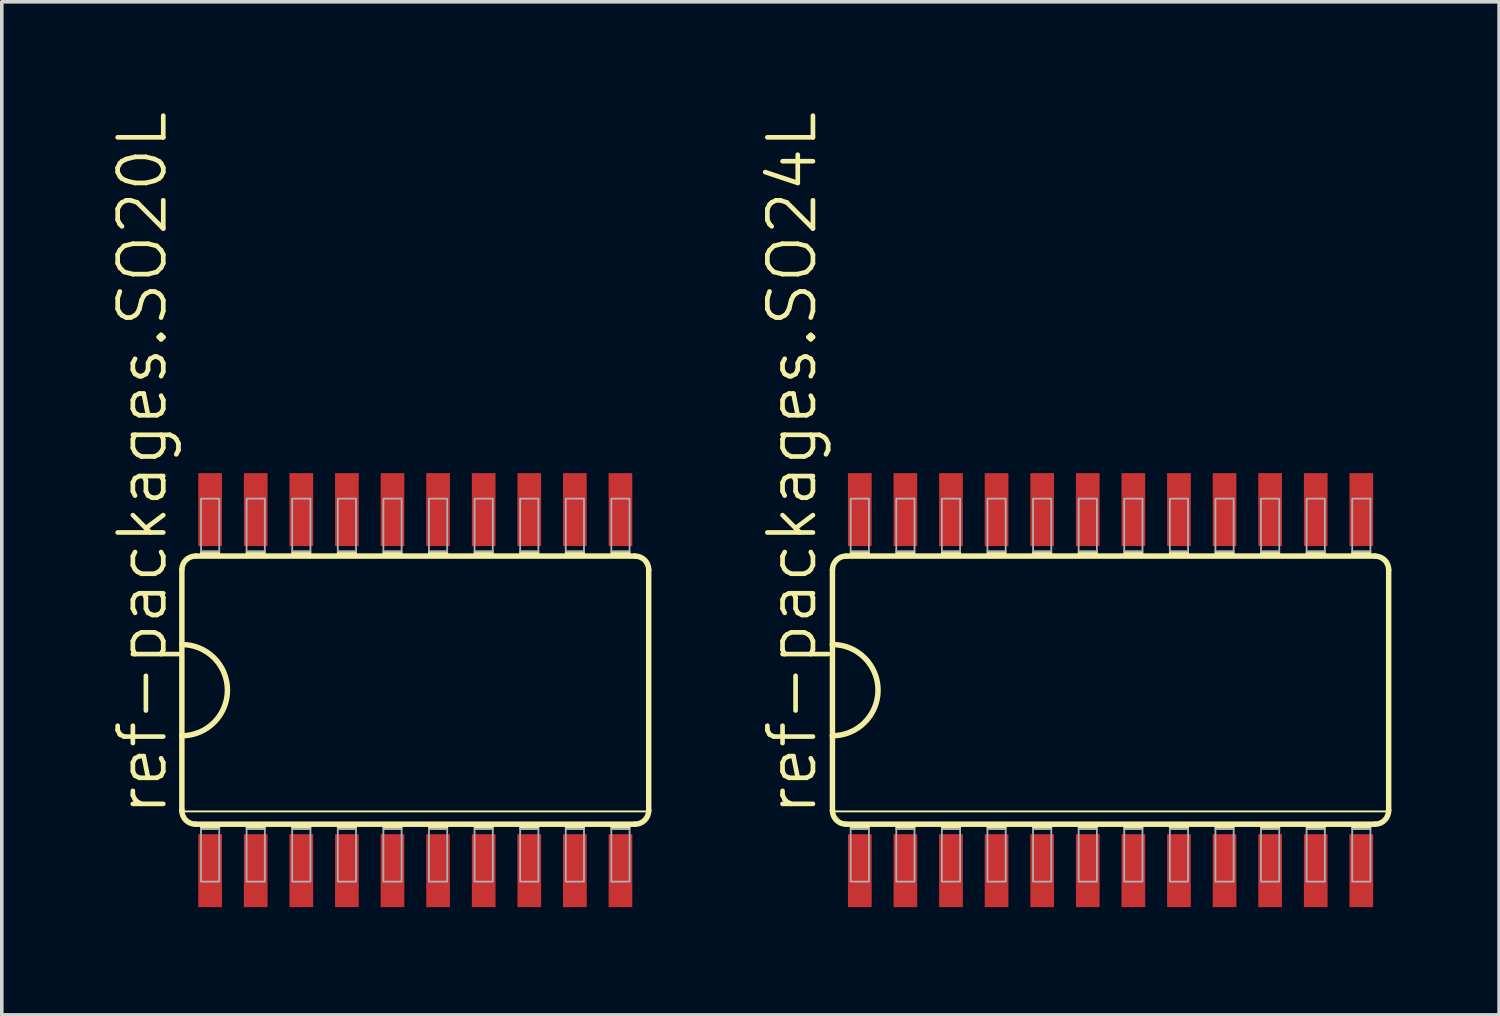
<source format=kicad_pcb>
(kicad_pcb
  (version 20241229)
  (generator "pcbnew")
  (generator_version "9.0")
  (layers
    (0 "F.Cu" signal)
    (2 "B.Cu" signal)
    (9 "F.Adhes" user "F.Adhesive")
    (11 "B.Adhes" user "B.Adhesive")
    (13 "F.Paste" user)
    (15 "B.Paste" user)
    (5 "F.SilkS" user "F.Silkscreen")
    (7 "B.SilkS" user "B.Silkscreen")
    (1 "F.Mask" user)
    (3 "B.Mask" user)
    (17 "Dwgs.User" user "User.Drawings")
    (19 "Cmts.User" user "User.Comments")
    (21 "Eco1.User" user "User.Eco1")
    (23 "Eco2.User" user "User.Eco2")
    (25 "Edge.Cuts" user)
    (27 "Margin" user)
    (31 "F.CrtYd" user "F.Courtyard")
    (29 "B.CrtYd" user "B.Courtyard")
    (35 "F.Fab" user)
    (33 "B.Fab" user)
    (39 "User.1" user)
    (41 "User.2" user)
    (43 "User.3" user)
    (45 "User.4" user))
  (footprint "ref-packages.SO24L"
    (layer "F.Cu")
    (at 27.885 16.174)
    (property "Reference" "ref-packages.SO24L" (at -8.128 3.556 90) (layer "F.SilkS") (effects (font (size 1.27 1.27) (thickness 0.13)) (justify left bottom)))
    (attr smd)
    (fp_line (start -7.747 -3.353) (end -7.747 -1.27) (stroke (width 0.152) (type default)) (layer "F.SilkS"))
    (fp_line (start -7.747 -1.27) (end -7.747 1.27) (stroke (width 0.152) (type default)) (layer "F.SilkS"))
    (fp_line (start -7.747 1.27) (end -7.747 3.353) (stroke (width 0.152) (type default)) (layer "F.SilkS"))
    (fp_line (start -7.747 3.378) (end 7.747 3.378) (stroke (width 0.051) (type default)) (layer "F.SilkS"))
    (fp_line (start -7.366 3.734) (end 7.366 3.734) (stroke (width 0.152) (type default)) (layer "F.SilkS"))
    (fp_line (start 7.366 -3.734) (end -7.366 -3.734) (stroke (width 0.152) (type default)) (layer "F.SilkS"))
    (fp_line (start 7.747 3.353) (end 7.747 -3.353) (stroke (width 0.152) (type default)) (layer "F.SilkS"))
    (fp_rect (start -7.239 -3.734) (end -6.731 -3.861) (stroke (width 0.05) (type default)) (fill yes) (layer "F.SilkS"))
    (fp_rect (start -7.239 3.861) (end -6.731 3.734) (stroke (width 0.05) (type default)) (fill yes) (layer "F.SilkS"))
    (fp_rect (start -5.969 -3.734) (end -5.461 -3.861) (stroke (width 0.05) (type default)) (fill yes) (layer "F.SilkS"))
    (fp_rect (start -5.969 3.861) (end -5.461 3.734) (stroke (width 0.05) (type default)) (fill yes) (layer "F.SilkS"))
    (fp_rect (start -4.699 -3.734) (end -4.191 -3.861) (stroke (width 0.05) (type default)) (fill yes) (layer "F.SilkS"))
    (fp_rect (start -4.699 3.861) (end -4.191 3.734) (stroke (width 0.05) (type default)) (fill yes) (layer "F.SilkS"))
    (fp_rect (start -3.429 -3.734) (end -2.921 -3.861) (stroke (width 0.05) (type default)) (fill yes) (layer "F.SilkS"))
    (fp_rect (start -3.429 3.861) (end -2.921 3.734) (stroke (width 0.05) (type default)) (fill yes) (layer "F.SilkS"))
    (fp_rect (start -2.159 -3.734) (end -1.651 -3.861) (stroke (width 0.05) (type default)) (fill yes) (layer "F.SilkS"))
    (fp_rect (start -2.159 3.861) (end -1.651 3.734) (stroke (width 0.05) (type default)) (fill yes) (layer "F.SilkS"))
    (fp_rect (start -0.889 -3.734) (end -0.381 -3.861) (stroke (width 0.05) (type default)) (fill yes) (layer "F.SilkS"))
    (fp_rect (start -0.889 3.861) (end -0.381 3.734) (stroke (width 0.05) (type default)) (fill yes) (layer "F.SilkS"))
    (fp_rect (start 0.381 -3.734) (end 0.889 -3.861) (stroke (width 0.05) (type default)) (fill yes) (layer "F.SilkS"))
    (fp_rect (start 0.381 3.861) (end 0.889 3.734) (stroke (width 0.05) (type default)) (fill yes) (layer "F.SilkS"))
    (fp_rect (start 1.651 -3.734) (end 2.159 -3.861) (stroke (width 0.05) (type default)) (fill yes) (layer "F.SilkS"))
    (fp_rect (start 1.651 3.861) (end 2.159 3.734) (stroke (width 0.05) (type default)) (fill yes) (layer "F.SilkS"))
    (fp_rect (start 2.921 -3.734) (end 3.429 -3.861) (stroke (width 0.05) (type default)) (fill yes) (layer "F.SilkS"))
    (fp_rect (start 2.921 3.861) (end 3.429 3.734) (stroke (width 0.05) (type default)) (fill yes) (layer "F.SilkS"))
    (fp_rect (start 4.191 -3.734) (end 4.699 -3.861) (stroke (width 0.05) (type default)) (fill yes) (layer "F.SilkS"))
    (fp_rect (start 4.191 3.861) (end 4.699 3.734) (stroke (width 0.05) (type default)) (fill yes) (layer "F.SilkS"))
    (fp_rect (start 5.461 -3.734) (end 5.969 -3.861) (stroke (width 0.05) (type default)) (fill yes) (layer "F.SilkS"))
    (fp_rect (start 5.461 3.861) (end 5.969 3.734) (stroke (width 0.05) (type default)) (fill yes) (layer "F.SilkS"))
    (fp_rect (start 6.731 -3.734) (end 7.239 -3.861) (stroke (width 0.05) (type default)) (fill yes) (layer "F.SilkS"))
    (fp_rect (start 6.731 3.861) (end 7.239 3.734) (stroke (width 0.05) (type default)) (fill yes) (layer "F.SilkS"))
    (fp_arc (start -7.747 -3.3528) (mid -7.635408 -3.622208) (end -7.366 -3.7338) (stroke (width 0.1524) (type default)) (layer "F.SilkS"))
    (fp_arc (start -7.747 -1.27) (mid -6.477 0) (end -7.747 1.27) (stroke (width 0.1524) (type default)) (layer "F.SilkS"))
    (fp_arc (start -7.366 3.7338) (mid -7.635408 3.622208) (end -7.747 3.3528) (stroke (width 0.1524) (type default)) (layer "F.SilkS"))
    (fp_arc (start 7.366 -3.7338) (mid 7.635408 -3.622208) (end 7.747 -3.3528) (stroke (width 0.1524) (type default)) (layer "F.SilkS"))
    (fp_arc (start 7.747 3.3528) (mid 7.635408 3.622208) (end 7.366 3.7338) (stroke (width 0.1524) (type default)) (layer "F.SilkS"))
    (fp_rect (start -7.239 -3.861) (end -6.731 -5.334) (stroke (width 0.05) (type default)) (fill no) (layer "F.Fab"))
    (fp_rect (start -7.239 5.334) (end -6.731 3.861) (stroke (width 0.05) (type default)) (fill no) (layer "F.Fab"))
    (fp_rect (start -5.969 -3.861) (end -5.461 -5.334) (stroke (width 0.05) (type default)) (fill no) (layer "F.Fab"))
    (fp_rect (start -5.969 5.334) (end -5.461 3.861) (stroke (width 0.05) (type default)) (fill no) (layer "F.Fab"))
    (fp_rect (start -4.699 -3.861) (end -4.191 -5.334) (stroke (width 0.05) (type default)) (fill no) (layer "F.Fab"))
    (fp_rect (start -4.699 5.334) (end -4.191 3.861) (stroke (width 0.05) (type default)) (fill no) (layer "F.Fab"))
    (fp_rect (start -3.429 -3.861) (end -2.921 -5.334) (stroke (width 0.05) (type default)) (fill no) (layer "F.Fab"))
    (fp_rect (start -3.429 5.334) (end -2.921 3.861) (stroke (width 0.05) (type default)) (fill no) (layer "F.Fab"))
    (fp_rect (start -2.159 -3.861) (end -1.651 -5.334) (stroke (width 0.05) (type default)) (fill no) (layer "F.Fab"))
    (fp_rect (start -2.159 5.334) (end -1.651 3.861) (stroke (width 0.05) (type default)) (fill no) (layer "F.Fab"))
    (fp_rect (start -0.889 -3.861) (end -0.381 -5.334) (stroke (width 0.05) (type default)) (fill no) (layer "F.Fab"))
    (fp_rect (start -0.889 5.334) (end -0.381 3.861) (stroke (width 0.05) (type default)) (fill no) (layer "F.Fab"))
    (fp_rect (start 0.381 -3.861) (end 0.889 -5.334) (stroke (width 0.05) (type default)) (fill no) (layer "F.Fab"))
    (fp_rect (start 0.381 5.334) (end 0.889 3.861) (stroke (width 0.05) (type default)) (fill no) (layer "F.Fab"))
    (fp_rect (start 1.651 -3.861) (end 2.159 -5.334) (stroke (width 0.05) (type default)) (fill no) (layer "F.Fab"))
    (fp_rect (start 1.651 5.334) (end 2.159 3.861) (stroke (width 0.05) (type default)) (fill no) (layer "F.Fab"))
    (fp_rect (start 2.921 -3.861) (end 3.429 -5.334) (stroke (width 0.05) (type default)) (fill no) (layer "F.Fab"))
    (fp_rect (start 2.921 5.334) (end 3.429 3.861) (stroke (width 0.05) (type default)) (fill no) (layer "F.Fab"))
    (fp_rect (start 4.191 -3.861) (end 4.699 -5.334) (stroke (width 0.05) (type default)) (fill no) (layer "F.Fab"))
    (fp_rect (start 4.191 5.334) (end 4.699 3.861) (stroke (width 0.05) (type default)) (fill no) (layer "F.Fab"))
    (fp_rect (start 5.461 -3.861) (end 5.969 -5.334) (stroke (width 0.05) (type default)) (fill no) (layer "F.Fab"))
    (fp_rect (start 5.461 5.334) (end 5.969 3.861) (stroke (width 0.05) (type default)) (fill no) (layer "F.Fab"))
    (fp_rect (start 6.731 -3.861) (end 7.239 -5.334) (stroke (width 0.05) (type default)) (fill no) (layer "F.Fab"))
    (fp_rect (start 6.731 5.334) (end 7.239 3.861) (stroke (width 0.05) (type default)) (fill no) (layer "F.Fab"))
    (pad "1" smd roundrect (at -6.985 5.029) (size 0.66 2.032) (layers "F.Cu" "F.Mask" "F.Paste") (roundrect_rratio 0.01))
    (pad "2" smd roundrect (at -5.715 5.029) (size 0.66 2.032) (layers "F.Cu" "F.Mask" "F.Paste") (roundrect_rratio 0.01))
    (pad "3" smd roundrect (at -4.445 5.029) (size 0.66 2.032) (layers "F.Cu" "F.Mask" "F.Paste") (roundrect_rratio 0.01))
    (pad "4" smd roundrect (at -3.175 5.029) (size 0.66 2.032) (layers "F.Cu" "F.Mask" "F.Paste") (roundrect_rratio 0.01))
    (pad "5" smd roundrect (at -1.905 5.029) (size 0.66 2.032) (layers "F.Cu" "F.Mask" "F.Paste") (roundrect_rratio 0.01))
    (pad "6" smd roundrect (at -0.635 5.029) (size 0.66 2.032) (layers "F.Cu" "F.Mask" "F.Paste") (roundrect_rratio 0.01))
    (pad "7" smd roundrect (at 0.635 5.029) (size 0.66 2.032) (layers "F.Cu" "F.Mask" "F.Paste") (roundrect_rratio 0.01))
    (pad "8" smd roundrect (at 1.905 5.029) (size 0.66 2.032) (layers "F.Cu" "F.Mask" "F.Paste") (roundrect_rratio 0.01))
    (pad "9" smd roundrect (at 3.175 5.029) (size 0.66 2.032) (layers "F.Cu" "F.Mask" "F.Paste") (roundrect_rratio 0.01))
    (pad "10" smd roundrect (at 4.445 5.029) (size 0.66 2.032) (layers "F.Cu" "F.Mask" "F.Paste") (roundrect_rratio 0.01))
    (pad "11" smd roundrect (at 5.715 5.029) (size 0.66 2.032) (layers "F.Cu" "F.Mask" "F.Paste") (roundrect_rratio 0.01))
    (pad "12" smd roundrect (at 6.985 5.029) (size 0.66 2.032) (layers "F.Cu" "F.Mask" "F.Paste") (roundrect_rratio 0.01))
    (pad "13" smd roundrect (at 6.985 -5.029) (size 0.66 2.032) (layers "F.Cu" "F.Mask" "F.Paste") (roundrect_rratio 0.01))
    (pad "14" smd roundrect (at 5.715 -5.029) (size 0.66 2.032) (layers "F.Cu" "F.Mask" "F.Paste") (roundrect_rratio 0.01))
    (pad "15" smd roundrect (at 4.445 -5.029) (size 0.66 2.032) (layers "F.Cu" "F.Mask" "F.Paste") (roundrect_rratio 0.01))
    (pad "16" smd roundrect (at 3.175 -5.029) (size 0.66 2.032) (layers "F.Cu" "F.Mask" "F.Paste") (roundrect_rratio 0.01))
    (pad "17" smd roundrect (at 1.905 -5.029) (size 0.66 2.032) (layers "F.Cu" "F.Mask" "F.Paste") (roundrect_rratio 0.01))
    (pad "18" smd roundrect (at 0.635 -5.029) (size 0.66 2.032) (layers "F.Cu" "F.Mask" "F.Paste") (roundrect_rratio 0.01))
    (pad "19" smd roundrect (at -0.635 -5.029) (size 0.66 2.032) (layers "F.Cu" "F.Mask" "F.Paste") (roundrect_rratio 0.01))
    (pad "20" smd roundrect (at -1.905 -5.029) (size 0.66 2.032) (layers "F.Cu" "F.Mask" "F.Paste") (roundrect_rratio 0.01))
    (pad "21" smd roundrect (at -3.175 -5.029) (size 0.66 2.032) (layers "F.Cu" "F.Mask" "F.Paste") (roundrect_rratio 0.01))
    (pad "22" smd roundrect (at -4.445 -5.029) (size 0.66 2.032) (layers "F.Cu" "F.Mask" "F.Paste") (roundrect_rratio 0.01))
    (pad "23" smd roundrect (at -5.715 -5.029) (size 0.66 2.032) (layers "F.Cu" "F.Mask" "F.Paste") (roundrect_rratio 0.01))
    (pad "24" smd roundrect (at -6.985 -5.029) (size 0.66 2.032) (layers "F.Cu" "F.Mask" "F.Paste") (roundrect_rratio 0.01)))
  (footprint "ref-packages.SO20L"
    (layer "F.Cu")
    (at 8.518 16.174)
    (property "Reference" "ref-packages.SO20L" (at -6.858 3.556 90) (layer "F.SilkS") (effects (font (size 1.27 1.27) (thickness 0.13)) (justify left bottom)))
    (attr smd)
    (fp_line (start -6.502 -3.353) (end -6.502 -1.27) (stroke (width 0.152) (type default)) (layer "F.SilkS"))
    (fp_line (start -6.502 -1.27) (end -6.502 1.27) (stroke (width 0.152) (type default)) (layer "F.SilkS"))
    (fp_line (start -6.502 1.27) (end -6.502 3.353) (stroke (width 0.152) (type default)) (layer "F.SilkS"))
    (fp_line (start -6.477 3.378) (end 6.477 3.378) (stroke (width 0.051) (type default)) (layer "F.SilkS"))
    (fp_line (start -6.121 3.734) (end 6.121 3.734) (stroke (width 0.152) (type default)) (layer "F.SilkS"))
    (fp_line (start 6.121 -3.734) (end -6.121 -3.734) (stroke (width 0.152) (type default)) (layer "F.SilkS"))
    (fp_line (start 6.502 3.353) (end 6.502 -3.353) (stroke (width 0.152) (type default)) (layer "F.SilkS"))
    (fp_rect (start -5.969 -3.734) (end -5.461 -3.861) (stroke (width 0.05) (type default)) (fill yes) (layer "F.SilkS"))
    (fp_rect (start -5.969 3.861) (end -5.461 3.734) (stroke (width 0.05) (type default)) (fill yes) (layer "F.SilkS"))
    (fp_rect (start -4.699 -3.734) (end -4.191 -3.861) (stroke (width 0.05) (type default)) (fill yes) (layer "F.SilkS"))
    (fp_rect (start -4.699 3.861) (end -4.191 3.734) (stroke (width 0.05) (type default)) (fill yes) (layer "F.SilkS"))
    (fp_rect (start -3.429 -3.734) (end -2.921 -3.861) (stroke (width 0.05) (type default)) (fill yes) (layer "F.SilkS"))
    (fp_rect (start -3.429 3.861) (end -2.921 3.734) (stroke (width 0.05) (type default)) (fill yes) (layer "F.SilkS"))
    (fp_rect (start -2.159 -3.734) (end -1.651 -3.861) (stroke (width 0.05) (type default)) (fill yes) (layer "F.SilkS"))
    (fp_rect (start -2.159 3.861) (end -1.651 3.734) (stroke (width 0.05) (type default)) (fill yes) (layer "F.SilkS"))
    (fp_rect (start -0.889 -3.734) (end -0.381 -3.861) (stroke (width 0.05) (type default)) (fill yes) (layer "F.SilkS"))
    (fp_rect (start -0.889 3.861) (end -0.381 3.734) (stroke (width 0.05) (type default)) (fill yes) (layer "F.SilkS"))
    (fp_rect (start 0.381 -3.734) (end 0.889 -3.861) (stroke (width 0.05) (type default)) (fill yes) (layer "F.SilkS"))
    (fp_rect (start 0.381 3.861) (end 0.889 3.734) (stroke (width 0.05) (type default)) (fill yes) (layer "F.SilkS"))
    (fp_rect (start 1.651 -3.734) (end 2.159 -3.861) (stroke (width 0.05) (type default)) (fill yes) (layer "F.SilkS"))
    (fp_rect (start 1.651 3.861) (end 2.159 3.734) (stroke (width 0.05) (type default)) (fill yes) (layer "F.SilkS"))
    (fp_rect (start 2.921 -3.734) (end 3.429 -3.861) (stroke (width 0.05) (type default)) (fill yes) (layer "F.SilkS"))
    (fp_rect (start 2.921 3.861) (end 3.429 3.734) (stroke (width 0.05) (type default)) (fill yes) (layer "F.SilkS"))
    (fp_rect (start 4.191 -3.734) (end 4.699 -3.861) (stroke (width 0.05) (type default)) (fill yes) (layer "F.SilkS"))
    (fp_rect (start 4.191 3.861) (end 4.699 3.734) (stroke (width 0.05) (type default)) (fill yes) (layer "F.SilkS"))
    (fp_rect (start 5.461 -3.734) (end 5.969 -3.861) (stroke (width 0.05) (type default)) (fill yes) (layer "F.SilkS"))
    (fp_rect (start 5.461 3.861) (end 5.969 3.734) (stroke (width 0.05) (type default)) (fill yes) (layer "F.SilkS"))
    (fp_arc (start -6.5024 -3.3528) (mid -6.390808 -3.622208) (end -6.1214 -3.7338) (stroke (width 0.1524) (type default)) (layer "F.SilkS"))
    (fp_arc (start -6.5024 -1.27) (mid -5.2324 0) (end -6.5024 1.27) (stroke (width 0.1524) (type default)) (layer "F.SilkS"))
    (fp_arc (start -6.1214 3.7338) (mid -6.390808 3.622208) (end -6.5024 3.3528) (stroke (width 0.1524) (type default)) (layer "F.SilkS"))
    (fp_arc (start 6.1214 -3.7338) (mid 6.390808 -3.622208) (end 6.5024 -3.3528) (stroke (width 0.1524) (type default)) (layer "F.SilkS"))
    (fp_arc (start 6.5024 3.3528) (mid 6.390808 3.622208) (end 6.1214 3.7338) (stroke (width 0.1524) (type default)) (layer "F.SilkS"))
    (fp_rect (start -5.969 -3.861) (end -5.461 -5.334) (stroke (width 0.05) (type default)) (fill no) (layer "F.Fab"))
    (fp_rect (start -5.969 5.334) (end -5.461 3.861) (stroke (width 0.05) (type default)) (fill no) (layer "F.Fab"))
    (fp_rect (start -4.699 -3.861) (end -4.191 -5.334) (stroke (width 0.05) (type default)) (fill no) (layer "F.Fab"))
    (fp_rect (start -4.699 5.334) (end -4.191 3.861) (stroke (width 0.05) (type default)) (fill no) (layer "F.Fab"))
    (fp_rect (start -3.429 -3.861) (end -2.921 -5.334) (stroke (width 0.05) (type default)) (fill no) (layer "F.Fab"))
    (fp_rect (start -3.429 5.334) (end -2.921 3.861) (stroke (width 0.05) (type default)) (fill no) (layer "F.Fab"))
    (fp_rect (start -2.159 -3.861) (end -1.651 -5.334) (stroke (width 0.05) (type default)) (fill no) (layer "F.Fab"))
    (fp_rect (start -2.159 5.334) (end -1.651 3.861) (stroke (width 0.05) (type default)) (fill no) (layer "F.Fab"))
    (fp_rect (start -0.889 -3.861) (end -0.381 -5.334) (stroke (width 0.05) (type default)) (fill no) (layer "F.Fab"))
    (fp_rect (start -0.889 5.334) (end -0.381 3.861) (stroke (width 0.05) (type default)) (fill no) (layer "F.Fab"))
    (fp_rect (start 0.381 -3.861) (end 0.889 -5.334) (stroke (width 0.05) (type default)) (fill no) (layer "F.Fab"))
    (fp_rect (start 0.381 5.334) (end 0.889 3.861) (stroke (width 0.05) (type default)) (fill no) (layer "F.Fab"))
    (fp_rect (start 1.651 -3.861) (end 2.159 -5.334) (stroke (width 0.05) (type default)) (fill no) (layer "F.Fab"))
    (fp_rect (start 1.651 5.334) (end 2.159 3.861) (stroke (width 0.05) (type default)) (fill no) (layer "F.Fab"))
    (fp_rect (start 2.921 -3.861) (end 3.429 -5.334) (stroke (width 0.05) (type default)) (fill no) (layer "F.Fab"))
    (fp_rect (start 2.921 5.334) (end 3.429 3.861) (stroke (width 0.05) (type default)) (fill no) (layer "F.Fab"))
    (fp_rect (start 4.191 -3.861) (end 4.699 -5.334) (stroke (width 0.05) (type default)) (fill no) (layer "F.Fab"))
    (fp_rect (start 4.191 5.334) (end 4.699 3.861) (stroke (width 0.05) (type default)) (fill no) (layer "F.Fab"))
    (fp_rect (start 5.461 -3.861) (end 5.969 -5.334) (stroke (width 0.05) (type default)) (fill no) (layer "F.Fab"))
    (fp_rect (start 5.461 5.334) (end 5.969 3.861) (stroke (width 0.05) (type default)) (fill no) (layer "F.Fab"))
    (pad "1" smd roundrect (at -5.715 5.029) (size 0.66 2.032) (layers "F.Cu" "F.Mask" "F.Paste") (roundrect_rratio 0.01))
    (pad "2" smd roundrect (at -4.445 5.029) (size 0.66 2.032) (layers "F.Cu" "F.Mask" "F.Paste") (roundrect_rratio 0.01))
    (pad "3" smd roundrect (at -3.175 5.029) (size 0.66 2.032) (layers "F.Cu" "F.Mask" "F.Paste") (roundrect_rratio 0.01))
    (pad "4" smd roundrect (at -1.905 5.029) (size 0.66 2.032) (layers "F.Cu" "F.Mask" "F.Paste") (roundrect_rratio 0.01))
    (pad "5" smd roundrect (at -0.635 5.029) (size 0.66 2.032) (layers "F.Cu" "F.Mask" "F.Paste") (roundrect_rratio 0.01))
    (pad "6" smd roundrect (at 0.635 5.029) (size 0.66 2.032) (layers "F.Cu" "F.Mask" "F.Paste") (roundrect_rratio 0.01))
    (pad "7" smd roundrect (at 1.905 5.029) (size 0.66 2.032) (layers "F.Cu" "F.Mask" "F.Paste") (roundrect_rratio 0.01))
    (pad "8" smd roundrect (at 3.175 5.029) (size 0.66 2.032) (layers "F.Cu" "F.Mask" "F.Paste") (roundrect_rratio 0.01))
    (pad "9" smd roundrect (at 4.445 5.029) (size 0.66 2.032) (layers "F.Cu" "F.Mask" "F.Paste") (roundrect_rratio 0.01))
    (pad "10" smd roundrect (at 5.715 5.029) (size 0.66 2.032) (layers "F.Cu" "F.Mask" "F.Paste") (roundrect_rratio 0.01))
    (pad "11" smd roundrect (at 5.715 -5.029) (size 0.66 2.032) (layers "F.Cu" "F.Mask" "F.Paste") (roundrect_rratio 0.01))
    (pad "12" smd roundrect (at 4.445 -5.029) (size 0.66 2.032) (layers "F.Cu" "F.Mask" "F.Paste") (roundrect_rratio 0.01))
    (pad "13" smd roundrect (at 3.175 -5.029) (size 0.66 2.032) (layers "F.Cu" "F.Mask" "F.Paste") (roundrect_rratio 0.01))
    (pad "14" smd roundrect (at 1.905 -5.029) (size 0.66 2.032) (layers "F.Cu" "F.Mask" "F.Paste") (roundrect_rratio 0.01))
    (pad "15" smd roundrect (at 0.635 -5.029) (size 0.66 2.032) (layers "F.Cu" "F.Mask" "F.Paste") (roundrect_rratio 0.01))
    (pad "16" smd roundrect (at -0.635 -5.029) (size 0.66 2.032) (layers "F.Cu" "F.Mask" "F.Paste") (roundrect_rratio 0.01))
    (pad "17" smd roundrect (at -1.905 -5.029) (size 0.66 2.032) (layers "F.Cu" "F.Mask" "F.Paste") (roundrect_rratio 0.01))
    (pad "18" smd roundrect (at -3.175 -5.029) (size 0.66 2.032) (layers "F.Cu" "F.Mask" "F.Paste") (roundrect_rratio 0.01))
    (pad "19" smd roundrect (at -4.445 -5.029) (size 0.66 2.032) (layers "F.Cu" "F.Mask" "F.Paste") (roundrect_rratio 0.01))
    (pad "20" smd roundrect (at -5.715 -5.029) (size 0.66 2.032) (layers "F.Cu" "F.Mask" "F.Paste") (roundrect_rratio 0.01)))
  (gr_rect
    (start -3 -3)
    (end 38.708 25.219)
    (stroke (width 0.1) (type default))
    (fill no)
    (layer "Edge.Cuts")))
</source>
